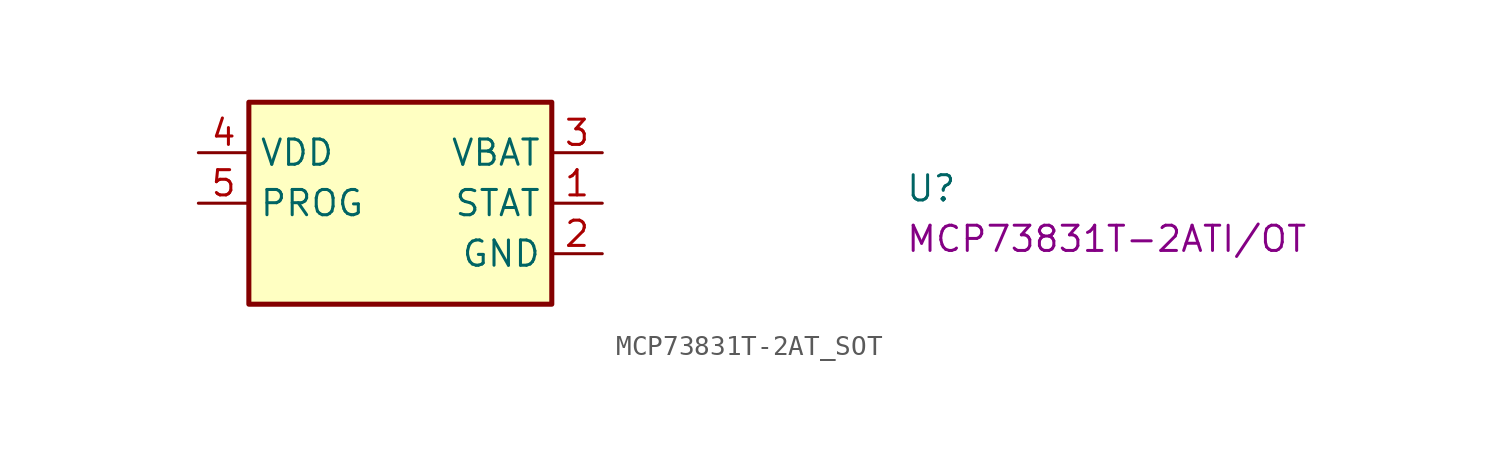
<source format=kicad_sym>
(kicad_symbol_lib
  (version 20220914)
  (generator kicad_symbol_editor)
  (symbol "MCP73831T-2AT_SOT"
    (property "Reference" "U"
      (at 35.56 -2.54 0)
      (effects (font (size 1.27 1.27) (thickness 0.15)) (justify left bottom)))
    (property "MPN" "MCP73831T-2ATI/OT"
      (at 35.56 -5.08 0)
      (effects (font (size 1.27 1.27) (thickness 0.15)) (justify left bottom)))
    (symbol "MCP73831T-2AT_SOT_1_1"
      (rectangle (start 17.78 2.54) (end 2.54 -7.62) (stroke (width 0.254) (type default)) (fill (type background)))
      (pin output line (at 20.32 -2.54 180) (length 2.54) (name "STAT" (effects (font (size 1.27 1.27)))) (number "1" (effects (font (size 1.27 1.27)))))
      (pin power_in line (at 20.32 -5.08 180) (length 2.54) (name "GND" (effects (font (size 1.27 1.27)))) (number "2" (effects (font (size 1.27 1.27)))))
      (pin power_out line (at 20.32 0 180) (length 2.54) (name "VBAT" (effects (font (size 1.27 1.27)))) (number "3" (effects (font (size 1.27 1.27)))))
      (pin power_in line (at 0 0 0) (length 2.54) (name "VDD" (effects (font (size 1.27 1.27)))) (number "4" (effects (font (size 1.27 1.27)))))
      (pin input line (at 0 -2.54 0) (length 2.54) (name "PROG" (effects (font (size 1.27 1.27)))) (number "5" (effects (font (size 1.27 1.27))))))))
</source>
